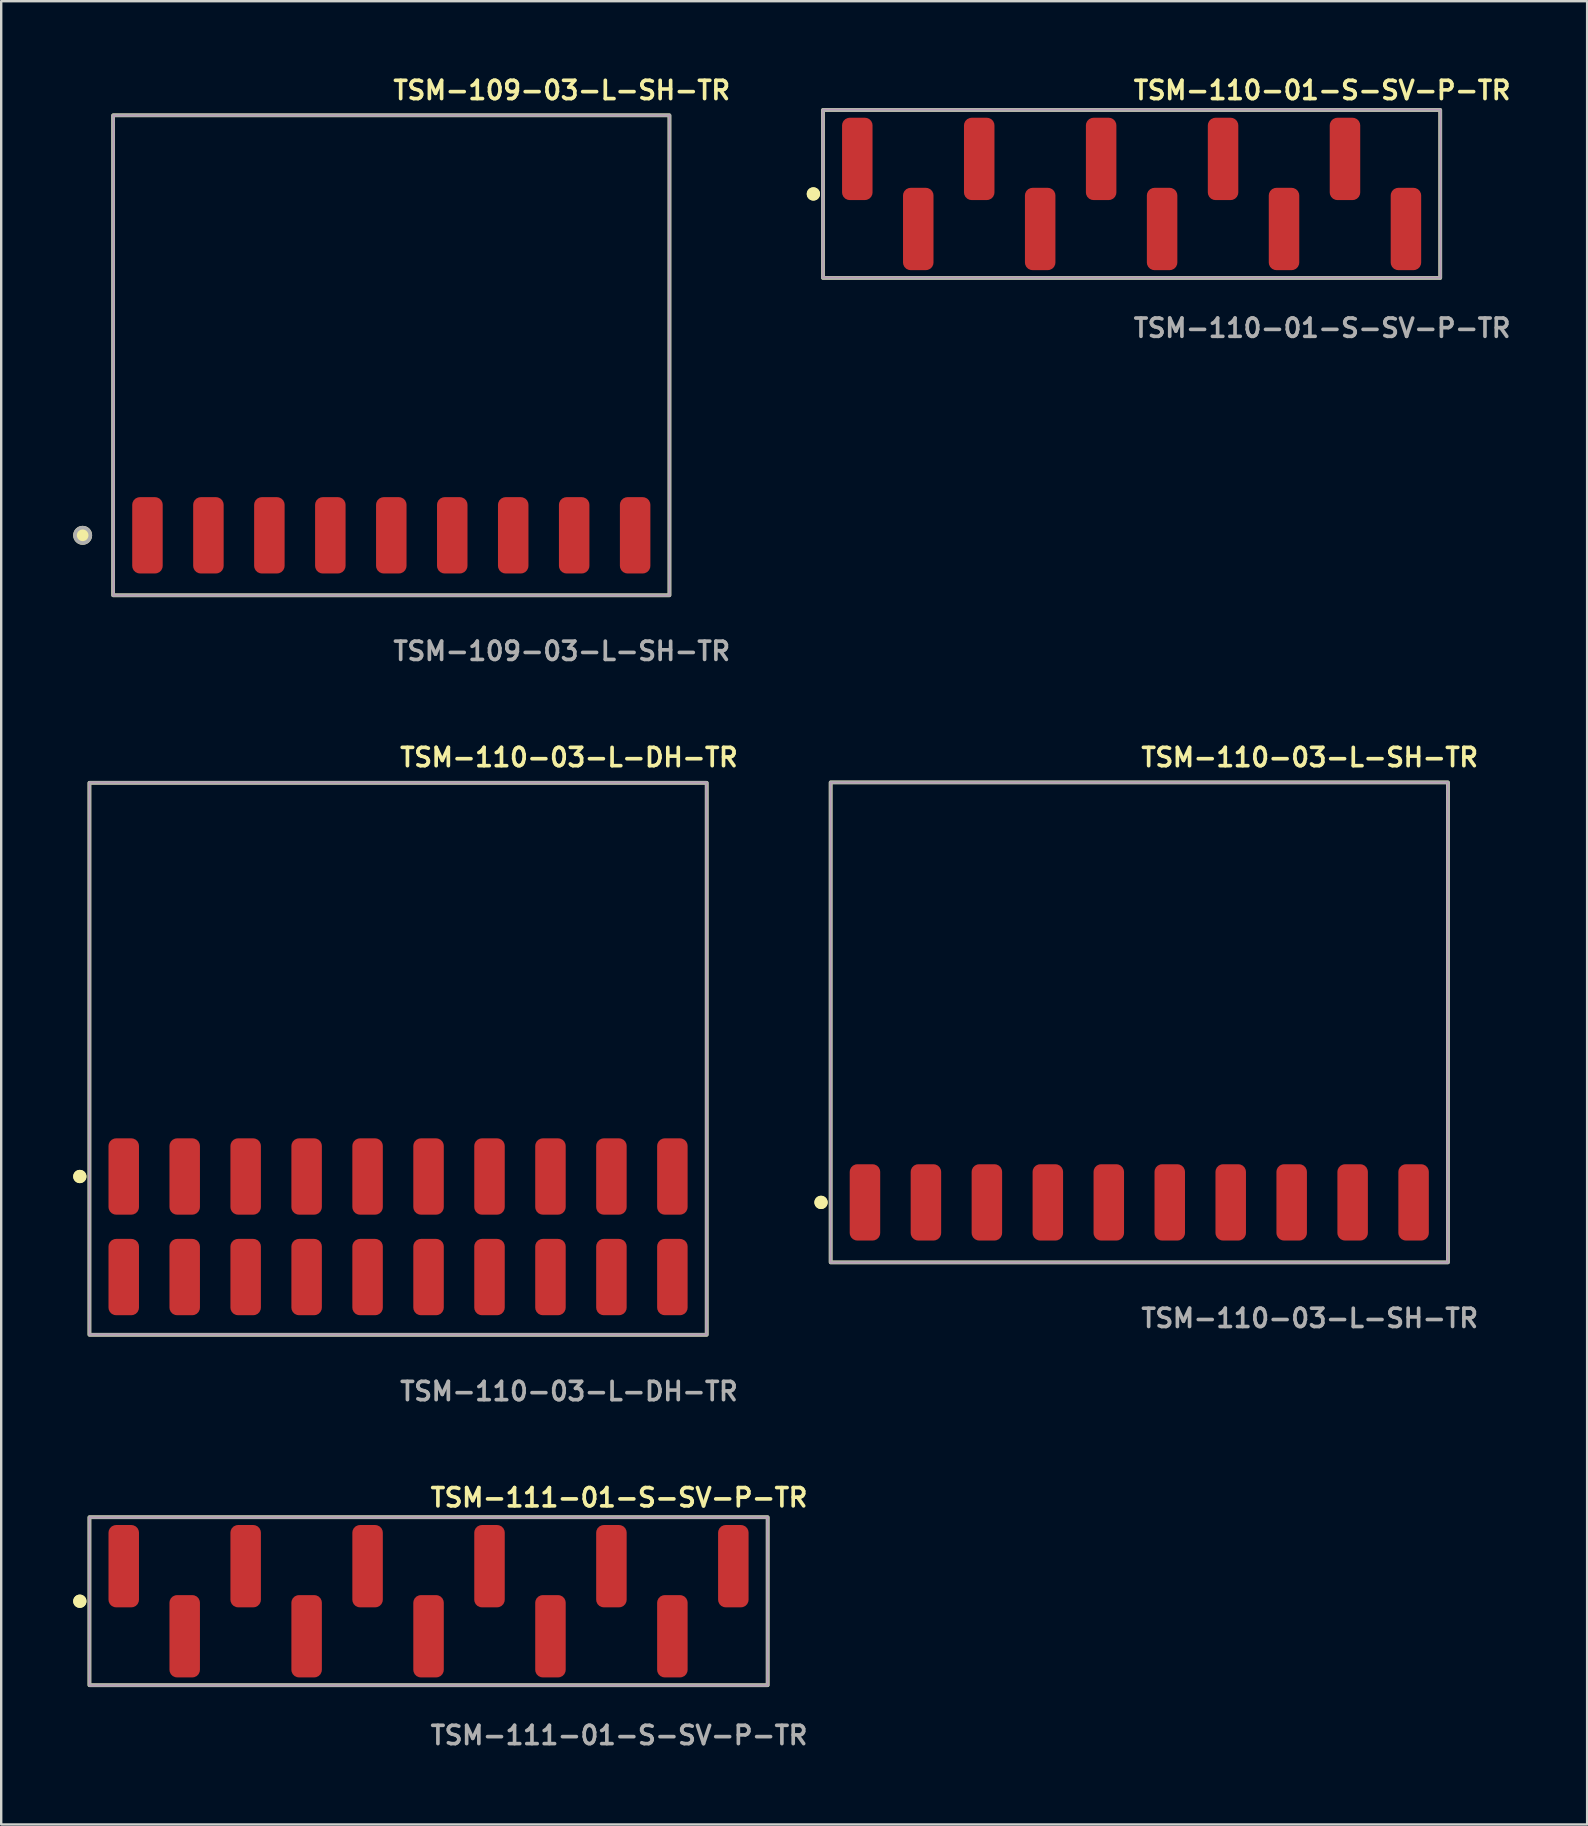
<source format=kicad_pcb>
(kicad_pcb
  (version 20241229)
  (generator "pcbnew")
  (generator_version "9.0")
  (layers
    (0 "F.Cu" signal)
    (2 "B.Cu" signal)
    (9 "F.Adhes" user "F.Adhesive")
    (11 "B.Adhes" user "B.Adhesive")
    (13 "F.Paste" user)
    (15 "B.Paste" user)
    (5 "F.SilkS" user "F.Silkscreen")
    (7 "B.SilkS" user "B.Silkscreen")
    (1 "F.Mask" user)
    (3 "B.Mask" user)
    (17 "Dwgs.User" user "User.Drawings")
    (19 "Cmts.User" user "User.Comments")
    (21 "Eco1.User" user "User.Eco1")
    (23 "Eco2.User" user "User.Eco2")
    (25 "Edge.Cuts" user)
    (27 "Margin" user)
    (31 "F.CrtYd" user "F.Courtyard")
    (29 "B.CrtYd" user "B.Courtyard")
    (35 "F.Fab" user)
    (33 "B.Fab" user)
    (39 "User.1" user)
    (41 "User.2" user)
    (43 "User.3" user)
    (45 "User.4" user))
  (footprint "TSM-110-01-S-SV-P-TR"
    (layer "F.Cu")
    (at 44.101 5.031)
    (property "Reference" "TSM-110-01-S-SV-P-TR" (at 0 -4.318 0) (unlocked yes) (layer "F.SilkS") (effects (font (size 0.762 0.762) (thickness 0.152)) (justify left)))
    (fp_rect (start -12.86 3.5) (end 12.86 -3.5) (stroke (width 0.152) (type solid)) (fill no) (layer "F.SilkS"))
    (fp_circle (center -13.26 0) (end -13.46 0) (stroke (width 0.152) (type solid)) (fill yes) (layer "F.SilkS"))
    (fp_circle (center -13.26 0) (end -13.46 0) (stroke (width 0.152) (type solid)) (fill yes) (layer "F.SilkS"))
    (fp_rect (start -12.86 3.5) (end 12.86 -3.5) (stroke (width 0.006) (type solid)) (fill no) (layer "F.CrtYd"))
    (fp_rect (start -12.86 3.5) (end 12.86 -3.5) (stroke (width 0.152) (type solid)) (fill no) (layer "F.Fab"))
    (fp_text user "${REFERENCE}" (at 0 5.588 0) (unlocked yes) (layer "F.Fab") (effects (font (size 0.762 0.762) (thickness 0.152)) (justify left)))
    (pad "1" smd roundrect (at -11.43 -1.46) (size 1.27 3.43) (layers "F.Cu" "F.Paste") (roundrect_rratio 0.25))
    (pad "2" smd roundrect (at -8.89 1.46) (size 1.27 3.43) (layers "F.Cu" "F.Paste") (roundrect_rratio 0.25))
    (pad "3" smd roundrect (at -6.35 -1.46) (size 1.27 3.43) (layers "F.Cu" "F.Paste") (roundrect_rratio 0.25))
    (pad "4" smd roundrect (at -3.81 1.46) (size 1.27 3.43) (layers "F.Cu" "F.Paste") (roundrect_rratio 0.25))
    (pad "5" smd roundrect (at -1.27 -1.46) (size 1.27 3.43) (layers "F.Cu" "F.Paste") (roundrect_rratio 0.25))
    (pad "6" smd roundrect (at 1.27 1.46) (size 1.27 3.43) (layers "F.Cu" "F.Paste") (roundrect_rratio 0.25))
    (pad "7" smd roundrect (at 3.81 -1.46) (size 1.27 3.43) (layers "F.Cu" "F.Paste") (roundrect_rratio 0.25))
    (pad "8" smd roundrect (at 6.35 1.46) (size 1.27 3.43) (layers "F.Cu" "F.Paste") (roundrect_rratio 0.25))
    (pad "9" smd roundrect (at 8.89 -1.46) (size 1.27 3.43) (layers "F.Cu" "F.Paste") (roundrect_rratio 0.25))
    (pad "10" smd roundrect (at 11.43 1.46) (size 1.27 3.43) (layers "F.Cu" "F.Paste") (roundrect_rratio 0.25)))
  (footprint "TSM-111-01-S-SV-P-TR"
    (layer "F.Cu")
    (at 14.806 63.668)
    (property "Reference" "TSM-111-01-S-SV-P-TR" (at 0 -4.318 0) (unlocked yes) (layer "F.SilkS") (effects (font (size 0.762 0.762) (thickness 0.152)) (justify left)))
    (fp_rect (start -14.13 3.5) (end 14.13 -3.5) (stroke (width 0.152) (type solid)) (fill no) (layer "F.SilkS"))
    (fp_circle (center -14.53 0) (end -14.73 0) (stroke (width 0.152) (type solid)) (fill yes) (layer "F.SilkS"))
    (fp_circle (center -14.53 0) (end -14.73 0) (stroke (width 0.152) (type solid)) (fill yes) (layer "F.SilkS"))
    (fp_rect (start -14.13 3.5) (end 14.13 -3.5) (stroke (width 0.006) (type solid)) (fill no) (layer "F.CrtYd"))
    (fp_rect (start -14.13 3.5) (end 14.13 -3.5) (stroke (width 0.152) (type solid)) (fill no) (layer "F.Fab"))
    (fp_text user "${REFERENCE}" (at 0 5.588 0) (unlocked yes) (layer "F.Fab") (effects (font (size 0.762 0.762) (thickness 0.152)) (justify left)))
    (pad "1" smd roundrect (at -12.7 -1.46) (size 1.27 3.43) (layers "F.Cu" "F.Paste") (roundrect_rratio 0.25))
    (pad "2" smd roundrect (at -10.16 1.46) (size 1.27 3.43) (layers "F.Cu" "F.Paste") (roundrect_rratio 0.25))
    (pad "3" smd roundrect (at -7.62 -1.46) (size 1.27 3.43) (layers "F.Cu" "F.Paste") (roundrect_rratio 0.25))
    (pad "4" smd roundrect (at -5.08 1.46) (size 1.27 3.43) (layers "F.Cu" "F.Paste") (roundrect_rratio 0.25))
    (pad "5" smd roundrect (at -2.54 -1.46) (size 1.27 3.43) (layers "F.Cu" "F.Paste") (roundrect_rratio 0.25))
    (pad "6" smd roundrect (at 0 1.46) (size 1.27 3.43) (layers "F.Cu" "F.Paste") (roundrect_rratio 0.25))
    (pad "7" smd roundrect (at 2.54 -1.46) (size 1.27 3.43) (layers "F.Cu" "F.Paste") (roundrect_rratio 0.25))
    (pad "8" smd roundrect (at 5.08 1.46) (size 1.27 3.43) (layers "F.Cu" "F.Paste") (roundrect_rratio 0.25))
    (pad "9" smd roundrect (at 7.62 -1.46) (size 1.27 3.43) (layers "F.Cu" "F.Paste") (roundrect_rratio 0.25))
    (pad "10" smd roundrect (at 10.16 1.46) (size 1.27 3.43) (layers "F.Cu" "F.Paste") (roundrect_rratio 0.25))
    (pad "11" smd roundrect (at 12.7 -1.46) (size 1.27 3.43) (layers "F.Cu" "F.Paste") (roundrect_rratio 0.25)))
  (footprint "TSM-110-03-L-DH-TR"
    (layer "F.Cu")
    (at 13.536 48.066)
    (property "Reference" "TSM-110-03-L-DH-TR" (at 0 -19.558 0) (unlocked yes) (layer "F.SilkS") (effects (font (size 0.762 0.762) (thickness 0.152)) (justify left)))
    (fp_rect (start -12.86 4.5) (end 12.86 -18.5) (stroke (width 0.152) (type solid)) (fill no) (layer "F.SilkS"))
    (fp_circle (center -13.26 -2.095) (end -13.46 -2.095) (stroke (width 0.152) (type solid)) (fill yes) (layer "F.SilkS"))
    (fp_circle (center -13.26 -2.095) (end -13.46 -2.095) (stroke (width 0.152) (type solid)) (fill yes) (layer "F.SilkS"))
    (fp_rect (start -12.86 4.5) (end 12.86 -18.5) (stroke (width 0.006) (type solid)) (fill no) (layer "F.CrtYd"))
    (fp_rect (start -12.86 4.5) (end 12.86 -18.5) (stroke (width 0.152) (type solid)) (fill no) (layer "F.Fab"))
    (fp_text user "${REFERENCE}" (at 0 6.858 0) (unlocked yes) (layer "F.Fab") (effects (font (size 0.762 0.762) (thickness 0.152)) (justify left)))
    (pad "1" smd roundrect (at -11.43 2.095) (size 1.27 3.18) (layers "F.Cu" "F.Paste") (roundrect_rratio 0.25))
    (pad "2" smd roundrect (at -11.43 -2.095) (size 1.27 3.18) (layers "F.Cu" "F.Paste") (roundrect_rratio 0.25))
    (pad "3" smd roundrect (at -8.89 2.095) (size 1.27 3.18) (layers "F.Cu" "F.Paste") (roundrect_rratio 0.25))
    (pad "4" smd roundrect (at -8.89 -2.095) (size 1.27 3.18) (layers "F.Cu" "F.Paste") (roundrect_rratio 0.25))
    (pad "5" smd roundrect (at -6.35 2.095) (size 1.27 3.18) (layers "F.Cu" "F.Paste") (roundrect_rratio 0.25))
    (pad "6" smd roundrect (at -6.35 -2.095) (size 1.27 3.18) (layers "F.Cu" "F.Paste") (roundrect_rratio 0.25))
    (pad "7" smd roundrect (at -3.81 2.095) (size 1.27 3.18) (layers "F.Cu" "F.Paste") (roundrect_rratio 0.25))
    (pad "8" smd roundrect (at -3.81 -2.095) (size 1.27 3.18) (layers "F.Cu" "F.Paste") (roundrect_rratio 0.25))
    (pad "9" smd roundrect (at -1.27 2.095) (size 1.27 3.18) (layers "F.Cu" "F.Paste") (roundrect_rratio 0.25))
    (pad "10" smd roundrect (at -1.27 -2.095) (size 1.27 3.18) (layers "F.Cu" "F.Paste") (roundrect_rratio 0.25))
    (pad "11" smd roundrect (at 1.27 2.095) (size 1.27 3.18) (layers "F.Cu" "F.Paste") (roundrect_rratio 0.25))
    (pad "12" smd roundrect (at 1.27 -2.095) (size 1.27 3.18) (layers "F.Cu" "F.Paste") (roundrect_rratio 0.25))
    (pad "13" smd roundrect (at 3.81 2.095) (size 1.27 3.18) (layers "F.Cu" "F.Paste") (roundrect_rratio 0.25))
    (pad "14" smd roundrect (at 3.81 -2.095) (size 1.27 3.18) (layers "F.Cu" "F.Paste") (roundrect_rratio 0.25))
    (pad "15" smd roundrect (at 6.35 2.095) (size 1.27 3.18) (layers "F.Cu" "F.Paste") (roundrect_rratio 0.25))
    (pad "16" smd roundrect (at 6.35 -2.095) (size 1.27 3.18) (layers "F.Cu" "F.Paste") (roundrect_rratio 0.25))
    (pad "17" smd roundrect (at 8.89 2.095) (size 1.27 3.18) (layers "F.Cu" "F.Paste") (roundrect_rratio 0.25))
    (pad "18" smd roundrect (at 8.89 -2.095) (size 1.27 3.18) (layers "F.Cu" "F.Paste") (roundrect_rratio 0.25))
    (pad "19" smd roundrect (at 11.43 2.095) (size 1.27 3.18) (layers "F.Cu" "F.Paste") (roundrect_rratio 0.25))
    (pad "20" smd roundrect (at 11.43 -2.095) (size 1.27 3.18) (layers "F.Cu" "F.Paste") (roundrect_rratio 0.25)))
  (footprint "TSM-110-03-L-SH-TR"
    (layer "F.Cu")
    (at 44.42 47.05)
    (property "Reference" "TSM-110-03-L-SH-TR" (at 0 -18.542 0) (unlocked yes) (layer "F.SilkS") (effects (font (size 0.762 0.762) (thickness 0.152)) (justify left)))
    (fp_rect (start -12.86 2.5) (end 12.86 -17.5) (stroke (width 0.152) (type solid)) (fill no) (layer "F.SilkS"))
    (fp_circle (center -13.26 0) (end -13.46 0) (stroke (width 0.152) (type solid)) (fill yes) (layer "F.SilkS"))
    (fp_circle (center -13.26 0) (end -13.46 0) (stroke (width 0.152) (type solid)) (fill yes) (layer "F.SilkS"))
    (fp_rect (start -12.86 2.5) (end 12.86 -17.5) (stroke (width 0.006) (type solid)) (fill no) (layer "F.CrtYd"))
    (fp_rect (start -12.86 2.5) (end 12.86 -17.5) (stroke (width 0.152) (type solid)) (fill no) (layer "F.Fab"))
    (fp_text user "${REFERENCE}" (at 0 4.826 0) (unlocked yes) (layer "F.Fab") (effects (font (size 0.762 0.762) (thickness 0.152)) (justify left)))
    (pad "1" smd roundrect (at -11.43 0) (size 1.27 3.18) (layers "F.Cu" "F.Paste") (roundrect_rratio 0.25))
    (pad "2" smd roundrect (at -8.89 0) (size 1.27 3.18) (layers "F.Cu" "F.Paste") (roundrect_rratio 0.25))
    (pad "3" smd roundrect (at -6.35 0) (size 1.27 3.18) (layers "F.Cu" "F.Paste") (roundrect_rratio 0.25))
    (pad "4" smd roundrect (at -3.81 0) (size 1.27 3.18) (layers "F.Cu" "F.Paste") (roundrect_rratio 0.25))
    (pad "5" smd roundrect (at -1.27 0) (size 1.27 3.18) (layers "F.Cu" "F.Paste") (roundrect_rratio 0.25))
    (pad "6" smd roundrect (at 1.27 0) (size 1.27 3.18) (layers "F.Cu" "F.Paste") (roundrect_rratio 0.25))
    (pad "7" smd roundrect (at 3.81 0) (size 1.27 3.18) (layers "F.Cu" "F.Paste") (roundrect_rratio 0.25))
    (pad "8" smd roundrect (at 6.35 0) (size 1.27 3.18) (layers "F.Cu" "F.Paste") (roundrect_rratio 0.25))
    (pad "9" smd roundrect (at 8.89 0) (size 1.27 3.18) (layers "F.Cu" "F.Paste") (roundrect_rratio 0.25))
    (pad "10" smd roundrect (at 11.43 0) (size 1.27 3.18) (layers "F.Cu" "F.Paste") (roundrect_rratio 0.25)))
  (footprint "TSM-109-03-L-SH-TR"
    (layer "F.Cu")
    (at 13.254 19.255)
    (property "Reference" "TSM-109-03-L-SH-TR" (at 0 -18.542 0) (unlocked yes) (layer "F.SilkS") (effects (font (size 0.762 0.762) (thickness 0.152)) (justify left)))
    (fp_rect (start -11.59 2.5) (end 11.59 -17.5) (stroke (width 0.152) (type solid)) (fill no) (layer "F.SilkS"))
    (fp_circle (center -12.86 0) (end -13.178 0) (stroke (width 0.152) (type solid)) (fill yes) (layer "F.SilkS"))
    (fp_rect (start -11.59 2.5) (end 11.59 -17.5) (stroke (width 0.006) (type solid)) (fill no) (layer "F.CrtYd"))
    (fp_rect (start -11.59 2.5) (end 11.59 -17.5) (stroke (width 0.152) (type solid)) (fill no) (layer "F.Fab"))
    (fp_circle (center -12.86 0) (end -13.178 0) (stroke (width 0.152) (type solid)) (fill no) (layer "F.Fab"))
    (fp_text user "${REFERENCE}" (at 0 4.826 0) (unlocked yes) (layer "F.Fab") (effects (font (size 0.762 0.762) (thickness 0.152)) (justify left)))
    (pad "1" smd roundrect (at -10.16 0) (size 1.27 3.18) (layers "F.Cu" "F.Paste") (roundrect_rratio 0.25))
    (pad "2" smd roundrect (at -7.62 0) (size 1.27 3.18) (layers "F.Cu" "F.Paste") (roundrect_rratio 0.25))
    (pad "3" smd roundrect (at -5.08 0) (size 1.27 3.18) (layers "F.Cu" "F.Paste") (roundrect_rratio 0.25))
    (pad "4" smd roundrect (at -2.54 0) (size 1.27 3.18) (layers "F.Cu" "F.Paste") (roundrect_rratio 0.25))
    (pad "5" smd roundrect (at 0 0) (size 1.27 3.18) (layers "F.Cu" "F.Paste") (roundrect_rratio 0.25))
    (pad "6" smd roundrect (at 2.54 0) (size 1.27 3.18) (layers "F.Cu" "F.Paste") (roundrect_rratio 0.25))
    (pad "7" smd roundrect (at 5.08 0) (size 1.27 3.18) (layers "F.Cu" "F.Paste") (roundrect_rratio 0.25))
    (pad "8" smd roundrect (at 7.62 0) (size 1.27 3.18) (layers "F.Cu" "F.Paste") (roundrect_rratio 0.25))
    (pad "9" smd roundrect (at 10.16 0) (size 1.27 3.18) (layers "F.Cu" "F.Paste") (roundrect_rratio 0.25)))
  (gr_rect
    (start -3 -3)
    (end 63.081 72.969)
    (stroke (width 0.1) (type default))
    (fill no)
    (layer "Edge.Cuts")))
</source>
